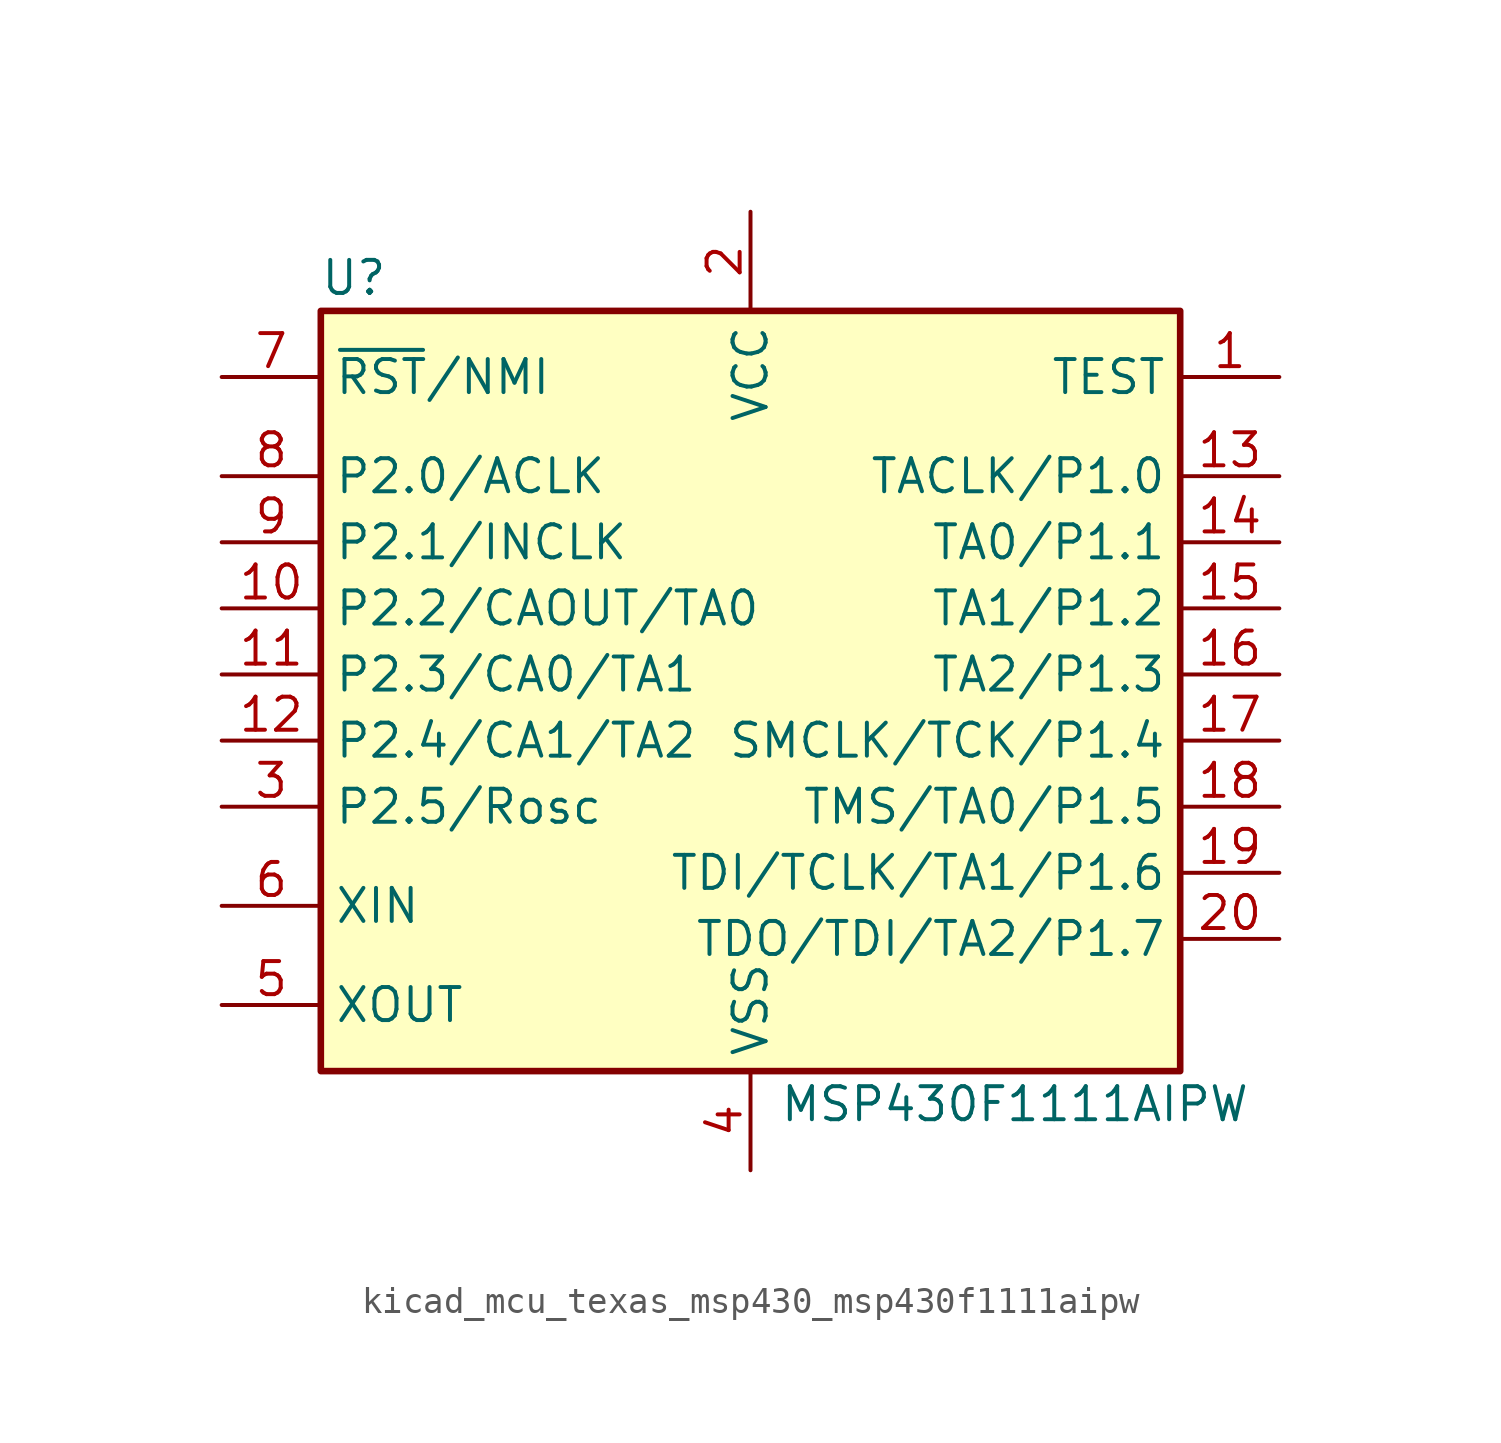
<source format=kicad_sym>
(kicad_symbol_lib
  (version 20220914)
  (generator kicad_symbol_editor)
  (symbol "kicad_mcu_texas_msp430_msp430f1111aipw"
    (property "Reference" "U"
      (at -15.24 15.24 0)
      (effects (font (size 1.27 1.27))))
    (property "Value" "MSP430F1111AIPW"
      (at 10.16 -16.51 0)
      (effects (font (size 1.27 1.27))))
    (symbol "kicad_mcu_texas_msp430_msp430f1111aipw_0_1"
      (rectangle (start -16.51 13.97) (end 16.51 -15.24) (stroke (width 0.254) (type default)) (fill (type background))))
    (symbol "kicad_mcu_texas_msp430_msp430f1111aipw_1_1"
      (pin input line (at 20.32 11.43 180) (length 3.81) (name "TEST" (effects (font (size 1.27 1.27)))) (number "1" (effects (font (size 1.27 1.27)))))
      (pin bidirectional line (at -20.32 2.54 0) (length 3.81) (name "P2.2/CAOUT/TA0" (effects (font (size 1.27 1.27)))) (number "10" (effects (font (size 1.27 1.27)))))
      (pin bidirectional line (at -20.32 0 0) (length 3.81) (name "P2.3/CA0/TA1" (effects (font (size 1.27 1.27)))) (number "11" (effects (font (size 1.27 1.27)))))
      (pin bidirectional line (at -20.32 -2.54 0) (length 3.81) (name "P2.4/CA1/TA2" (effects (font (size 1.27 1.27)))) (number "12" (effects (font (size 1.27 1.27)))))
      (pin bidirectional line (at 20.32 7.62 180) (length 3.81) (name "TACLK/P1.0" (effects (font (size 1.27 1.27)))) (number "13" (effects (font (size 1.27 1.27)))))
      (pin bidirectional line (at 20.32 5.08 180) (length 3.81) (name "TA0/P1.1" (effects (font (size 1.27 1.27)))) (number "14" (effects (font (size 1.27 1.27)))))
      (pin bidirectional line (at 20.32 2.54 180) (length 3.81) (name "TA1/P1.2" (effects (font (size 1.27 1.27)))) (number "15" (effects (font (size 1.27 1.27)))))
      (pin bidirectional line (at 20.32 0 180) (length 3.81) (name "TA2/P1.3" (effects (font (size 1.27 1.27)))) (number "16" (effects (font (size 1.27 1.27)))))
      (pin bidirectional line (at 20.32 -2.54 180) (length 3.81) (name "SMCLK/TCK/P1.4" (effects (font (size 1.27 1.27)))) (number "17" (effects (font (size 1.27 1.27)))))
      (pin bidirectional line (at 20.32 -5.08 180) (length 3.81) (name "TMS/TA0/P1.5" (effects (font (size 1.27 1.27)))) (number "18" (effects (font (size 1.27 1.27)))))
      (pin bidirectional line (at 20.32 -7.62 180) (length 3.81) (name "TDI/TCLK/TA1/P1.6" (effects (font (size 1.27 1.27)))) (number "19" (effects (font (size 1.27 1.27)))))
      (pin power_in line (at 0 17.78 270) (length 3.81) (name "VCC" (effects (font (size 1.27 1.27)))) (number "2" (effects (font (size 1.27 1.27)))))
      (pin bidirectional line (at 20.32 -10.16 180) (length 3.81) (name "TDO/TDI/TA2/P1.7" (effects (font (size 1.27 1.27)))) (number "20" (effects (font (size 1.27 1.27)))))
      (pin bidirectional line (at -20.32 -5.08 0) (length 3.81) (name "P2.5/Rosc" (effects (font (size 1.27 1.27)))) (number "3" (effects (font (size 1.27 1.27)))))
      (pin power_in line (at 0 -19.05 90) (length 3.81) (name "VSS" (effects (font (size 1.27 1.27)))) (number "4" (effects (font (size 1.27 1.27)))))
      (pin output line (at -20.32 -12.7 0) (length 3.81) (name "XOUT" (effects (font (size 1.27 1.27)))) (number "5" (effects (font (size 1.27 1.27)))))
      (pin input line (at -20.32 -8.89 0) (length 3.81) (name "XIN" (effects (font (size 1.27 1.27)))) (number "6" (effects (font (size 1.27 1.27)))))
      (pin input line (at -20.32 11.43 0) (length 3.81) (name "~{RST}/NMI" (effects (font (size 1.27 1.27)))) (number "7" (effects (font (size 1.27 1.27)))))
      (pin bidirectional line (at -20.32 7.62 0) (length 3.81) (name "P2.0/ACLK" (effects (font (size 1.27 1.27)))) (number "8" (effects (font (size 1.27 1.27)))))
      (pin bidirectional line (at -20.32 5.08 0) (length 3.81) (name "P2.1/INCLK" (effects (font (size 1.27 1.27)))) (number "9" (effects (font (size 1.27 1.27))))))))
</source>
